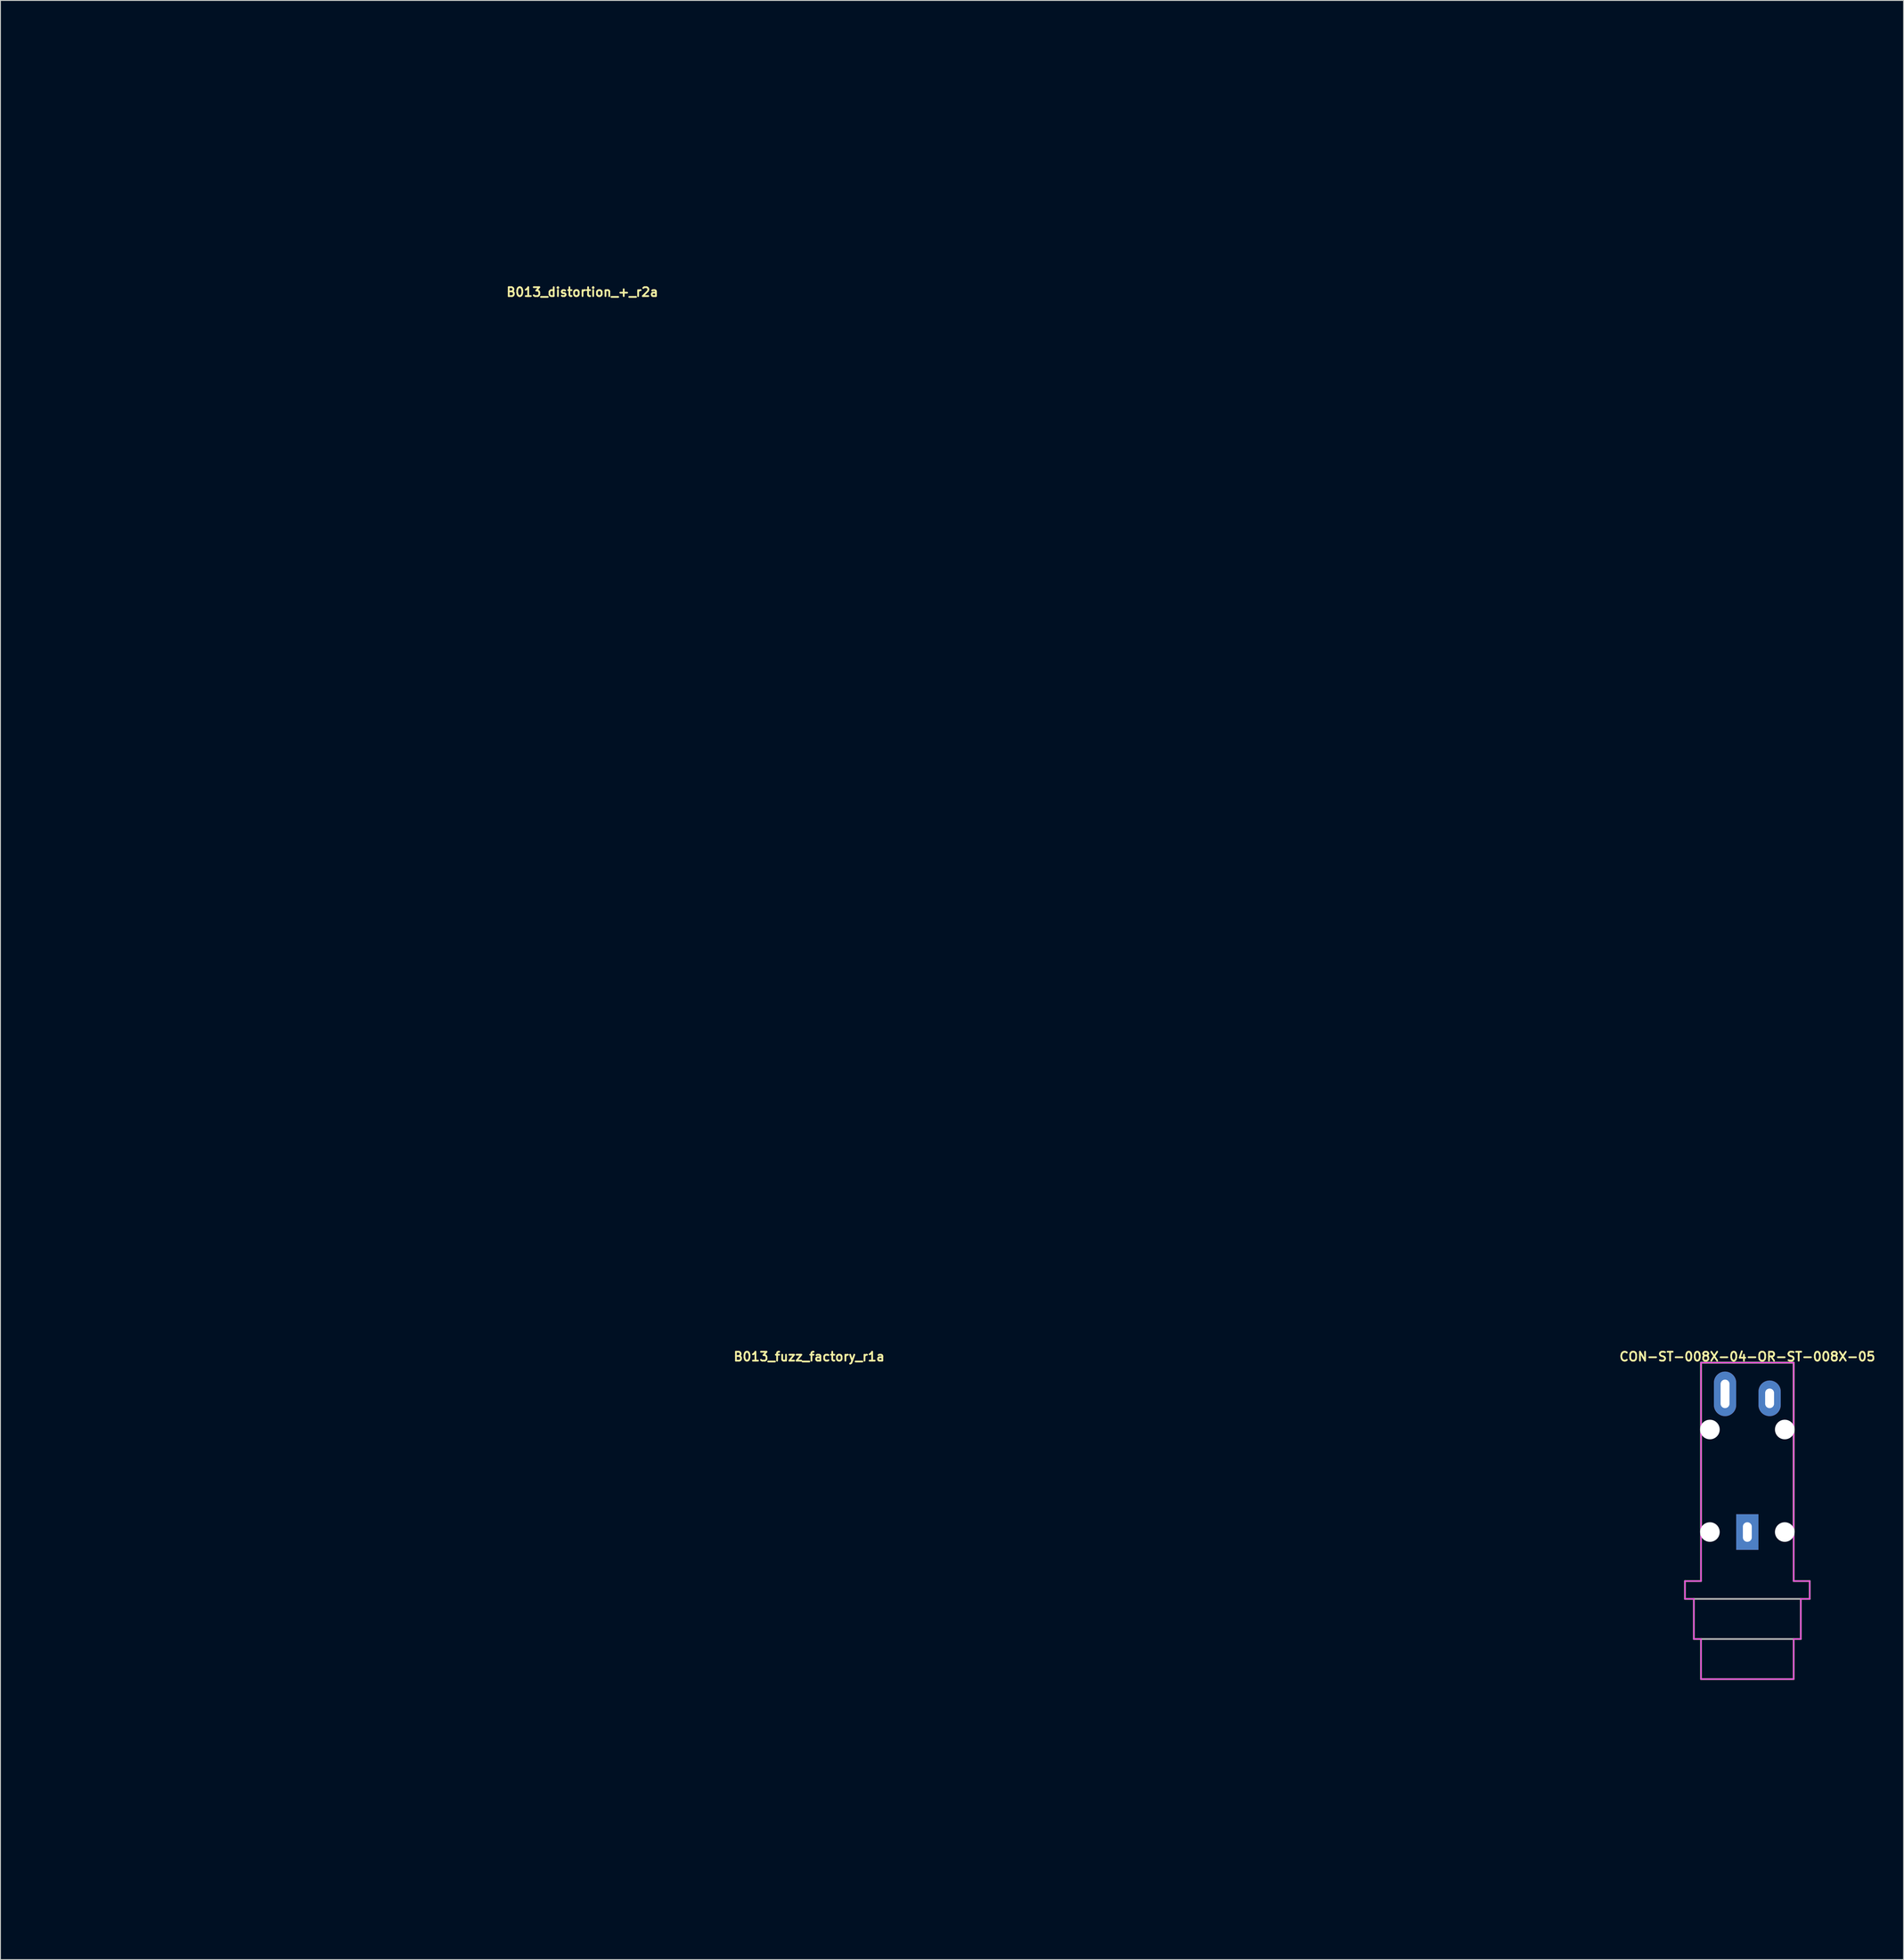
<source format=kicad_pcb>
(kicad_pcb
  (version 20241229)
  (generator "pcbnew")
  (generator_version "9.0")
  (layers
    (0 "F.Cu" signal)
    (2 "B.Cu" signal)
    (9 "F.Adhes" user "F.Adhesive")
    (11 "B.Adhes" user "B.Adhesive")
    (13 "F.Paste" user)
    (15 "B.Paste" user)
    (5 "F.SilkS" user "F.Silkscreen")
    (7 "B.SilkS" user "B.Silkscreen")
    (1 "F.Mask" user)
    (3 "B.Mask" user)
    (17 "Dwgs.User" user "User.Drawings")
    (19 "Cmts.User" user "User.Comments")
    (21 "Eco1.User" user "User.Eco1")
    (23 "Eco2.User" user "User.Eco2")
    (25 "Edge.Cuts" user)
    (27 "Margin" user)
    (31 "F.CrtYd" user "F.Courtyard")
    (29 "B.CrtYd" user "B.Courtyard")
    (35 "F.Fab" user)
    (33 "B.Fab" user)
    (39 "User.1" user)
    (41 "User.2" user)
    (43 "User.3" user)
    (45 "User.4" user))
  (footprint "B013_fuzz_factory_r1a"
    (layer "F.Cu")
    (at 87.75 181.775)
    (property "Reference" "B013_fuzz_factory_r1a" (at 0 -32.639 0) (layer "F.SilkS") (effects (font (size 1 1) (thickness 0.2))))
    (attr through_hole)
    (fp_line (start -87.55 -31.8) (end -87.55 31.8) (stroke (width 0.4) (type solid)) (layer "Eco1.User"))
    (fp_line (start -87.55 -31.8) (end -57.25 -31.8) (stroke (width 0.4) (type solid)) (layer "Eco1.User"))
    (fp_line (start -87.55 31.8) (end -57.25 31.8) (stroke (width 0.4) (type solid)) (layer "Eco1.User"))
    (fp_line (start -83.55 -31.8) (end -83.55 31.8) (stroke (width 0.4) (type solid)) (layer "Eco1.User"))
    (fp_line (start -57.25 -31.8) (end -57.25 31.8) (stroke (width 0.4) (type solid)) (layer "Eco1.User"))
    (fp_line (start -57.25 -31.8) (end 57.25 -31.8) (stroke (width 0.4) (type solid)) (layer "Eco1.User"))
    (fp_line (start -57.25 31.8) (end 57.25 31.8) (stroke (width 0.4) (type solid)) (layer "Eco1.User"))
    (fp_line (start -55.75 -30.45) (end -55.75 30.45) (stroke (width 0.4) (type solid)) (layer "Eco1.User"))
    (fp_line (start -55.75 -30.45) (end 55.75 -30.45) (stroke (width 0.4) (type solid)) (layer "Eco1.User"))
    (fp_line (start -55.75 -23.85) (end -52.25 -23.85) (stroke (width 0.4) (type solid)) (layer "Eco1.User"))
    (fp_line (start -55.75 23.85) (end -52.25 23.85) (stroke (width 0.4) (type solid)) (layer "Eco1.User"))
    (fp_line (start -55.75 30.45) (end 55.75 30.45) (stroke (width 0.4) (type solid)) (layer "Eco1.User"))
    (fp_line (start -49 -30.45) (end -49 -27.1) (stroke (width 0.4) (type solid)) (layer "Eco1.User"))
    (fp_line (start -49 27.1) (end -49 30.45) (stroke (width 0.4) (type solid)) (layer "Eco1.User"))
    (fp_line (start 49 -30.45) (end 49 -27.1) (stroke (width 0.4) (type solid)) (layer "Eco1.User"))
    (fp_line (start 49 27.1) (end 49 30.45) (stroke (width 0.4) (type solid)) (layer "Eco1.User"))
    (fp_line (start 52.25 -23.85) (end 55.75 -23.85) (stroke (width 0.4) (type solid)) (layer "Eco1.User"))
    (fp_line (start 52.25 23.85) (end 55.75 23.85) (stroke (width 0.4) (type solid)) (layer "Eco1.User"))
    (fp_line (start 55.75 -30.45) (end 55.75 30.45) (stroke (width 0.4) (type solid)) (layer "Eco1.User"))
    (fp_line (start 57.25 -31.8) (end 57.25 31.8) (stroke (width 0.4) (type solid)) (layer "Eco1.User"))
    (fp_line (start 57.25 -31.8) (end 87.55 -31.8) (stroke (width 0.4) (type solid)) (layer "Eco1.User"))
    (fp_line (start 57.25 31.8) (end 87.55 31.8) (stroke (width 0.4) (type solid)) (layer "Eco1.User"))
    (fp_line (start 83.55 -31.8) (end 83.55 31.8) (stroke (width 0.4) (type solid)) (layer "Eco1.User"))
    (fp_line (start 87.55 -31.8) (end 87.55 31.8) (stroke (width 0.4) (type solid)) (layer "Eco1.User"))
    (fp_arc (start -52.25 23.85) (mid -49.951903 24.801903) (end -49 27.1) (stroke (width 0.4) (type solid)) (layer "Eco1.User"))
    (fp_arc (start -49 -27.1) (mid -49.951903 -24.801903) (end -52.25 -23.85) (stroke (width 0.4) (type solid)) (layer "Eco1.User"))
    (fp_arc (start 49 27.1) (mid 49.951903 24.801903) (end 52.25 23.85) (stroke (width 0.4) (type solid)) (layer "Eco1.User"))
    (fp_arc (start 52.25 -23.85) (mid 49.951903 -24.801903) (end 49 -27.1) (stroke (width 0.4) (type solid)) (layer "Eco1.User"))
    (fp_circle (center -69.4 13.335) (end -63.4 13.335) (stroke (width 0.4) (type solid)) (fill no) (layer "Eco1.User"))
    (fp_circle (center -52.25 -27.1) (end -50.75 -27.1) (stroke (width 0.4) (type solid)) (fill no) (layer "Eco1.User"))
    (fp_circle (center -52.25 27.1) (end -50.75 27.1) (stroke (width 0.4) (type solid)) (fill no) (layer "Eco1.User"))
    (fp_circle (center 52.25 -27.1) (end 53.75 -27.1) (stroke (width 0.4) (type solid)) (fill no) (layer "Eco1.User"))
    (fp_circle (center 52.25 27.1) (end 53.75 27.1) (stroke (width 0.4) (type solid)) (fill no) (layer "Eco1.User"))
    (fp_circle (center 69.4 13.335) (end 75.4 13.335) (stroke (width 0.4) (type solid)) (fill no) (layer "Eco1.User"))
    (fp_circle (center 70.9 -1.27) (end 76.4 -1.27) (stroke (width 0.4) (type solid)) (fill no) (layer "Eco1.User")))
  (footprint "CON-ST-008X-04-OR-ST-008X-05"
    (layer "F.Cu")
    (at 193.033 176.314)
    (property "Reference" "CON-ST-008X-04-OR-ST-008X-05" (at 0 -27.178 0) (layer "F.SilkS") (effects (font (size 1 1) (thickness 0.2))))
    (attr through_hole)
    (fp_line (start -5.2 -26.5) (end -5.2 -7.5) (stroke (width 0.2) (type solid)) (layer "F.SilkS"))
    (fp_line (start -5.2 -26.5) (end 5.2 -26.5) (stroke (width 0.2) (type solid)) (layer "F.SilkS"))
    (fp_line (start 5.2 -26.5) (end 5.2 -7.5) (stroke (width 0.2) (type solid)) (layer "F.SilkS"))
    (fp_line (start -7 -2) (end -7 0) (stroke (width 0.1) (type solid)) (layer "F.CrtYd"))
    (fp_line (start -7 -2) (end -5.2 -2) (stroke (width 0.1) (type solid)) (layer "F.CrtYd"))
    (fp_line (start -7 0) (end -6 0) (stroke (width 0.1) (type solid)) (layer "F.CrtYd"))
    (fp_line (start -6 0) (end -6 4.5) (stroke (width 0.1) (type solid)) (layer "F.CrtYd"))
    (fp_line (start -6 4.5) (end -5.2 4.5) (stroke (width 0.1) (type solid)) (layer "F.CrtYd"))
    (fp_line (start -5.2 -26.5) (end -5.2 -2) (stroke (width 0.1) (type solid)) (layer "F.CrtYd"))
    (fp_line (start -5.2 -26.5) (end 5.2 -26.5) (stroke (width 0.1) (type solid)) (layer "F.CrtYd"))
    (fp_line (start -5.2 4.5) (end -5.2 9) (stroke (width 0.1) (type solid)) (layer "F.CrtYd"))
    (fp_line (start -5.2 9) (end 5.2 9) (stroke (width 0.1) (type solid)) (layer "F.CrtYd"))
    (fp_line (start 5.2 -26.5) (end 5.2 -2) (stroke (width 0.1) (type solid)) (layer "F.CrtYd"))
    (fp_line (start 5.2 -2) (end 7 -2) (stroke (width 0.1) (type solid)) (layer "F.CrtYd"))
    (fp_line (start 5.2 4.5) (end 5.2 9) (stroke (width 0.1) (type solid)) (layer "F.CrtYd"))
    (fp_line (start 5.2 4.5) (end 6 4.5) (stroke (width 0.1) (type solid)) (layer "F.CrtYd"))
    (fp_line (start 6 0) (end 6 4.5) (stroke (width 0.1) (type solid)) (layer "F.CrtYd"))
    (fp_line (start 6 0) (end 7 0) (stroke (width 0.1) (type solid)) (layer "F.CrtYd"))
    (fp_line (start 7 -2) (end 7 0) (stroke (width 0.1) (type solid)) (layer "F.CrtYd"))
    (fp_line (start -7 -2) (end -7 0) (stroke (width 0.2) (type solid)) (layer "F.Fab"))
    (fp_line (start -7 -2) (end -5.2 -2) (stroke (width 0.2) (type solid)) (layer "F.Fab"))
    (fp_line (start -7 0) (end 7 0) (stroke (width 0.2) (type solid)) (layer "F.Fab"))
    (fp_line (start -6 0) (end -6 4.5) (stroke (width 0.2) (type solid)) (layer "F.Fab"))
    (fp_line (start -6 4.5) (end 6 4.5) (stroke (width 0.2) (type solid)) (layer "F.Fab"))
    (fp_line (start -5.2 -26.5) (end -5.2 -2) (stroke (width 0.2) (type solid)) (layer "F.Fab"))
    (fp_line (start -5.2 -26.5) (end 5.2 -26.5) (stroke (width 0.2) (type solid)) (layer "F.Fab"))
    (fp_line (start -5.2 4.5) (end -5.2 9) (stroke (width 0.2) (type solid)) (layer "F.Fab"))
    (fp_line (start -5.2 9) (end 5.2 9) (stroke (width 0.2) (type solid)) (layer "F.Fab"))
    (fp_line (start 5.2 -26.5) (end 5.2 -2) (stroke (width 0.2) (type solid)) (layer "F.Fab"))
    (fp_line (start 5.2 -2) (end 7 -2) (stroke (width 0.2) (type solid)) (layer "F.Fab"))
    (fp_line (start 5.2 4.5) (end 5.2 9) (stroke (width 0.2) (type solid)) (layer "F.Fab"))
    (fp_line (start 6 0) (end 6 4.5) (stroke (width 0.2) (type solid)) (layer "F.Fab"))
    (fp_line (start 7 -2) (end 7 0) (stroke (width 0.2) (type solid)) (layer "F.Fab"))
    (pad "" np_thru_hole circle (at -4.2 -19) (size 2.2 2.2) (drill 2.2) (layers "*.Cu" "*.Mask"))
    (pad "" np_thru_hole circle (at -4.2 -7.5) (size 2.2 2.2) (drill 2.2) (layers "*.Cu" "*.Mask"))
    (pad "" np_thru_hole circle (at 4.2 -19) (size 2.2 2.2) (drill 2.2) (layers "*.Cu" "*.Mask"))
    (pad "" np_thru_hole circle (at 4.2 -7.5) (size 2.2 2.2) (drill 2.2) (layers "*.Cu" "*.Mask"))
    (pad "R/TN" thru_hole oval (at -2.5 -23) (size 2.5 5) (drill oval 1 3.2) (layers "B.Cu" "B.Mask"))
    (pad "S" thru_hole rect (at 0 -7.5) (size 2.5 4) (drill oval 1 2.2) (layers "B.Cu" "B.Mask"))
    (pad "T" thru_hole oval (at 2.5 -22.5) (size 2.5 4) (drill oval 1 2.2) (layers "B.Cu" "B.Mask")))
  (footprint "B013_distortion_+_r2a"
    (layer "F.Cu")
    (at 62.3 87.75)
    (property "Reference" "B013_distortion_+_r2a" (at 0 -58.039 0) (layer "F.SilkS") (effects (font (size 1 1) (thickness 0.2))))
    (attr through_hole)
    (fp_line (start -62.1 -57.25) (end -62.1 57.25) (stroke (width 0.4) (type solid)) (layer "Eco1.User"))
    (fp_line (start -62.1 -57.25) (end -31.8 -57.25) (stroke (width 0.4) (type solid)) (layer "Eco1.User"))
    (fp_line (start -62.1 57.25) (end -31.8 57.25) (stroke (width 0.4) (type solid)) (layer "Eco1.User"))
    (fp_line (start -58.1 -57.25) (end -58.1 57.25) (stroke (width 0.4) (type solid)) (layer "Eco1.User"))
    (fp_line (start -31.8 -87.55) (end -31.8 -57.25) (stroke (width 0.4) (type solid)) (layer "Eco1.User"))
    (fp_line (start -31.8 -87.55) (end 31.8 -87.55) (stroke (width 0.4) (type solid)) (layer "Eco1.User"))
    (fp_line (start -31.8 -83.55) (end 31.8 -83.55) (stroke (width 0.4) (type solid)) (layer "Eco1.User"))
    (fp_line (start -31.8 -57.25) (end -31.8 57.25) (stroke (width 0.4) (type solid)) (layer "Eco1.User"))
    (fp_line (start -31.8 -57.25) (end 31.8 -57.25) (stroke (width 0.4) (type solid)) (layer "Eco1.User"))
    (fp_line (start -31.8 57.25) (end 31.8 57.25) (stroke (width 0.4) (type solid)) (layer "Eco1.User"))
    (fp_line (start -30.45 -55.75) (end -30.45 55.75) (stroke (width 0.4) (type solid)) (layer "Eco1.User"))
    (fp_line (start -30.45 -55.75) (end 30.45 -55.75) (stroke (width 0.4) (type solid)) (layer "Eco1.User"))
    (fp_line (start -30.45 -49) (end -27.1 -49) (stroke (width 0.4) (type solid)) (layer "Eco1.User"))
    (fp_line (start -30.45 49) (end -27.1 49) (stroke (width 0.4) (type solid)) (layer "Eco1.User"))
    (fp_line (start -30.45 55.75) (end 30.45 55.75) (stroke (width 0.4) (type solid)) (layer "Eco1.User"))
    (fp_line (start -23.85 -55.75) (end -23.85 -52.25) (stroke (width 0.4) (type solid)) (layer "Eco1.User"))
    (fp_line (start -23.85 52.25) (end -23.85 55.75) (stroke (width 0.4) (type solid)) (layer "Eco1.User"))
    (fp_line (start 23.85 -55.75) (end 23.85 -52.25) (stroke (width 0.4) (type solid)) (layer "Eco1.User"))
    (fp_line (start 23.85 52.25) (end 23.85 55.75) (stroke (width 0.4) (type solid)) (layer "Eco1.User"))
    (fp_line (start 27.1 -49) (end 30.45 -49) (stroke (width 0.4) (type solid)) (layer "Eco1.User"))
    (fp_line (start 27.1 49) (end 30.45 49) (stroke (width 0.4) (type solid)) (layer "Eco1.User"))
    (fp_line (start 30.45 -55.75) (end 30.45 55.75) (stroke (width 0.4) (type solid)) (layer "Eco1.User"))
    (fp_line (start 31.8 -87.55) (end 31.8 -57.25) (stroke (width 0.4) (type solid)) (layer "Eco1.User"))
    (fp_line (start 31.8 -57.25) (end 31.8 57.25) (stroke (width 0.4) (type solid)) (layer "Eco1.User"))
    (fp_line (start 31.8 -57.25) (end 62.1 -57.25) (stroke (width 0.4) (type solid)) (layer "Eco1.User"))
    (fp_line (start 31.8 57.25) (end 62.1 57.25) (stroke (width 0.4) (type solid)) (layer "Eco1.User"))
    (fp_line (start 58.1 -57.25) (end 58.1 57.25) (stroke (width 0.4) (type solid)) (layer "Eco1.User"))
    (fp_line (start 62.1 -57.25) (end 62.1 57.25) (stroke (width 0.4) (type solid)) (layer "Eco1.User"))
    (fp_arc (start -27.1 49) (mid -24.801903 49.951903) (end -23.85 52.25) (stroke (width 0.4) (type solid)) (layer "Eco1.User"))
    (fp_arc (start -23.85 -52.25) (mid -24.801903 -49.951903) (end -27.1 -49) (stroke (width 0.4) (type solid)) (layer "Eco1.User"))
    (fp_arc (start 23.85 52.25) (mid 24.801903 49.951903) (end 27.1 49) (stroke (width 0.4) (type solid)) (layer "Eco1.User"))
    (fp_arc (start 27.1 -49) (mid 24.801903 -49.951903) (end 23.85 -52.25) (stroke (width 0.4) (type solid)) (layer "Eco1.User"))
    (fp_circle (center -43.95 1.27) (end -38.25 1.27) (stroke (width 0.4) (type solid)) (fill no) (layer "Eco1.User"))
    (fp_circle (center -27.1 -52.25) (end -25.6 -52.25) (stroke (width 0.4) (type solid)) (fill no) (layer "Eco1.User"))
    (fp_circle (center -27.1 52.25) (end -25.6 52.25) (stroke (width 0.4) (type solid)) (fill no) (layer "Eco1.User"))
    (fp_circle (center 0 -69) (end 5.5 -69) (stroke (width 0.4) (type solid)) (fill no) (layer "Eco1.User"))
    (fp_circle (center 27.1 -52.25) (end 28.6 -52.25) (stroke (width 0.4) (type solid)) (fill no) (layer "Eco1.User"))
    (fp_circle (center 27.1 52.25) (end 28.6 52.25) (stroke (width 0.4) (type solid)) (fill no) (layer "Eco1.User"))
    (fp_circle (center 43.95 1.27) (end 49.65 1.27) (stroke (width 0.4) (type solid)) (fill no) (layer "Eco1.User")))
  (gr_rect
    (start -3 -3)
    (end 210.567 216.775)
    (stroke (width 0.1) (type default))
    (fill no)
    (layer "Edge.Cuts")))
</source>
